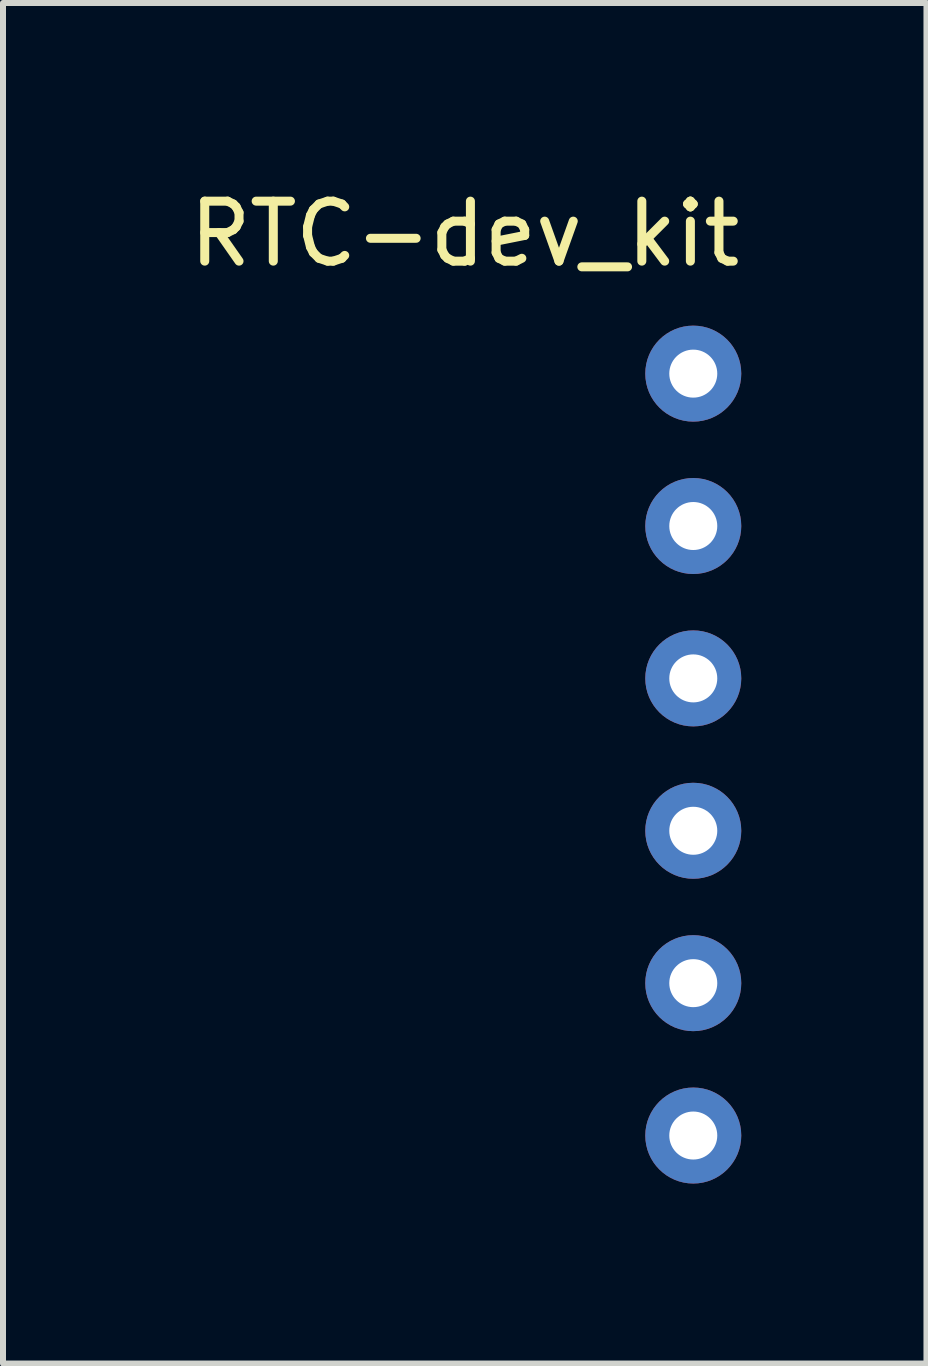
<source format=kicad_pcb>
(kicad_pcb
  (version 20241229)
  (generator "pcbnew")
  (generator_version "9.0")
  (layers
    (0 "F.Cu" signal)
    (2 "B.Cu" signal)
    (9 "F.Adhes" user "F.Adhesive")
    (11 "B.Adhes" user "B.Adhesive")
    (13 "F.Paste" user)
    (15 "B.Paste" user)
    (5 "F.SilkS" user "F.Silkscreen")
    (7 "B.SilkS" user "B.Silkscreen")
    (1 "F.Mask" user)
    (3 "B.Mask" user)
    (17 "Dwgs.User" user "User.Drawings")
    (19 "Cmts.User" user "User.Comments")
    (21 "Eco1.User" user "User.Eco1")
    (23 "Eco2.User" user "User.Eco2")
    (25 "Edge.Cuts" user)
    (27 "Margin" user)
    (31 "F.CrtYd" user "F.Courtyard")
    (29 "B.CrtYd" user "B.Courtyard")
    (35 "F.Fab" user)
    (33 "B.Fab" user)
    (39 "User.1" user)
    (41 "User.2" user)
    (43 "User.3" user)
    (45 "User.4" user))
  (footprint "RTC-dev_kit"
    (layer "F.Cu")
    (at 0.886 3.178)
    (property "Reference" "RTC-dev_kit" (at 3.81 -2.33 0) (layer "F.SilkS") (effects (font (size 1 1) (thickness 0.15))))
    (attr through_hole)
    (pad "1" thru_hole oval (at 7.62 0) (size 1.6 1.6) (drill 0.8) (layers "*.Cu" "*.Mask"))
    (pad "2" thru_hole oval (at 7.62 2.54) (size 1.6 1.6) (drill 0.8) (layers "*.Cu" "*.Mask"))
    (pad "3" thru_hole oval (at 7.62 5.08) (size 1.6 1.6) (drill 0.8) (layers "*.Cu" "*.Mask"))
    (pad "4" thru_hole oval (at 7.62 7.62) (size 1.6 1.6) (drill 0.8) (layers "*.Cu" "*.Mask"))
    (pad "5" thru_hole oval (at 7.62 10.16) (size 1.6 1.6) (drill 0.8) (layers "*.Cu" "*.Mask"))
    (pad "6" thru_hole oval (at 7.62 12.7) (size 1.6 1.6) (drill 0.8) (layers "*.Cu" "*.Mask")))
  (gr_rect
    (start -3 -3)
    (end 12.393 19.678)
    (stroke (width 0.1) (type default))
    (fill no)
    (layer "Edge.Cuts")))
</source>
